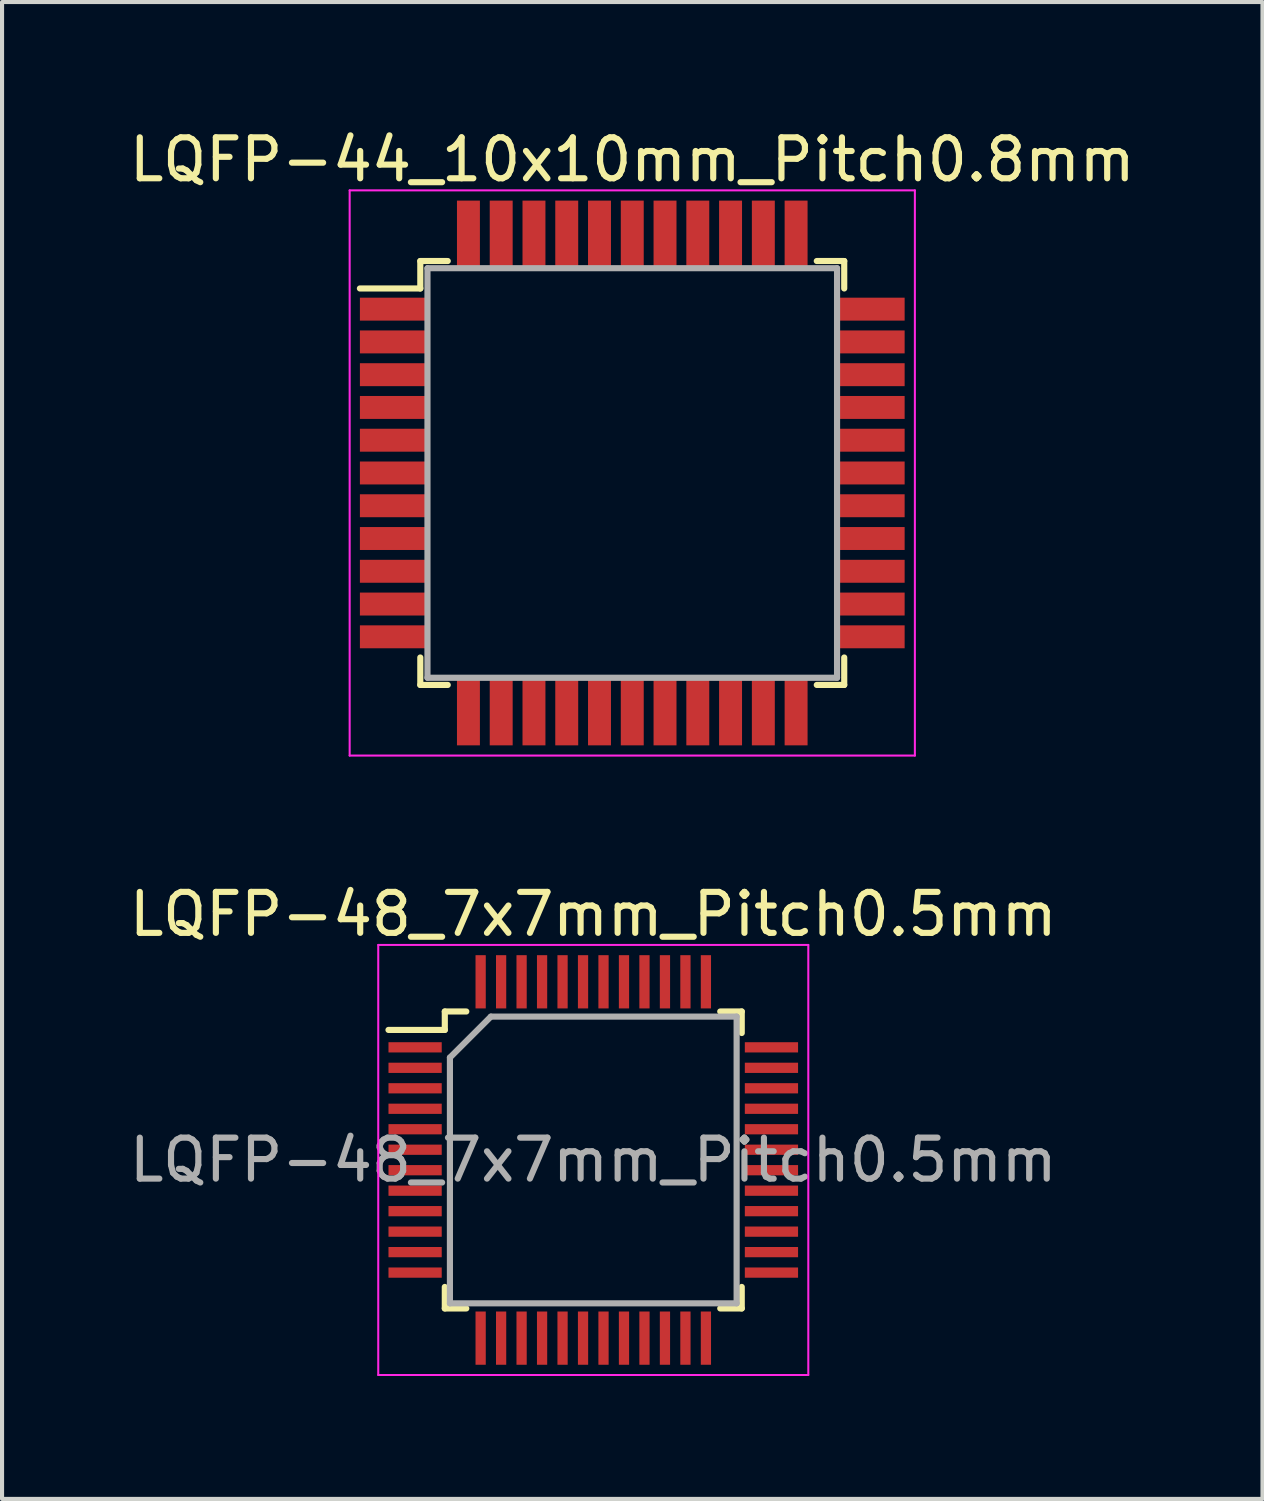
<source format=kicad_pcb>
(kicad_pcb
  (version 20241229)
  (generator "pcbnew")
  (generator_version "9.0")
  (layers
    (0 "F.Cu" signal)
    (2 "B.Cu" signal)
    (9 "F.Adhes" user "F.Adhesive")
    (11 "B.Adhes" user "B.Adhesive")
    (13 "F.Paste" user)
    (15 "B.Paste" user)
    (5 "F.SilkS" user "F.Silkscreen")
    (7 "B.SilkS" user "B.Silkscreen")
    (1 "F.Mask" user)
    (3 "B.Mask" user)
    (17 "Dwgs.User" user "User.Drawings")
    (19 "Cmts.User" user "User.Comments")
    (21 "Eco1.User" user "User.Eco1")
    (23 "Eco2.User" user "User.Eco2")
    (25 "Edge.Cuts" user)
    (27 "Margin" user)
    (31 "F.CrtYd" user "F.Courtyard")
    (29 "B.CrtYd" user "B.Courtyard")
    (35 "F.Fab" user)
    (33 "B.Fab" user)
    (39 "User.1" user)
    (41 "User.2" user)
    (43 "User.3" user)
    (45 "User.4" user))
  (footprint "LQFP-44_10x10mm_Pitch0.8mm"
    (layer "F.Cu")
    (at 12.387 8.498)
    (property "Reference" "LQFP-44_10x10mm_Pitch0.8mm" (at 0 -7.65 0) (layer "F.SilkS") (effects (font (size 1 1) (thickness 0.15))))
    (attr smd)
    (fp_line (start -5.175 -5.175) (end -5.175 -4.505) (stroke (width 0.15) (type solid)) (layer "F.SilkS"))
    (fp_line (start -5.175 -5.175) (end -4.505 -5.175) (stroke (width 0.15) (type solid)) (layer "F.SilkS"))
    (fp_line (start -5.175 -4.505) (end -6.65 -4.505) (stroke (width 0.15) (type solid)) (layer "F.SilkS"))
    (fp_line (start -5.175 5.175) (end -5.175 4.505) (stroke (width 0.15) (type solid)) (layer "F.SilkS"))
    (fp_line (start -5.175 5.175) (end -4.505 5.175) (stroke (width 0.15) (type solid)) (layer "F.SilkS"))
    (fp_line (start 5.175 -5.175) (end 4.505 -5.175) (stroke (width 0.15) (type solid)) (layer "F.SilkS"))
    (fp_line (start 5.175 -5.175) (end 5.175 -4.505) (stroke (width 0.15) (type solid)) (layer "F.SilkS"))
    (fp_line (start 5.175 5.175) (end 4.505 5.175) (stroke (width 0.15) (type solid)) (layer "F.SilkS"))
    (fp_line (start 5.175 5.175) (end 5.175 4.505) (stroke (width 0.15) (type solid)) (layer "F.SilkS"))
    (fp_line (start -6.9 -6.9) (end -6.9 6.9) (stroke (width 0.05) (type solid)) (layer "F.CrtYd"))
    (fp_line (start -6.9 -6.9) (end 6.9 -6.9) (stroke (width 0.05) (type solid)) (layer "F.CrtYd"))
    (fp_line (start -6.9 6.9) (end 6.9 6.9) (stroke (width 0.05) (type solid)) (layer "F.CrtYd"))
    (fp_line (start 6.9 -6.9) (end 6.9 6.9) (stroke (width 0.05) (type solid)) (layer "F.CrtYd"))
    (fp_line (start -5 -5) (end 5 -5) (stroke (width 0.15) (type solid)) (layer "F.Fab"))
    (fp_line (start -5 5) (end -5 -5) (stroke (width 0.15) (type solid)) (layer "F.Fab"))
    (fp_line (start 5 -5) (end 5 5) (stroke (width 0.15) (type solid)) (layer "F.Fab"))
    (fp_line (start 5 5) (end -5 5) (stroke (width 0.15) (type solid)) (layer "F.Fab"))
    (pad "1" smd rect (at -5.85 -4) (size 1.6 0.56) (layers "F.Cu" "F.Mask" "F.Paste"))
    (pad "2" smd rect (at -5.85 -3.2) (size 1.6 0.56) (layers "F.Cu" "F.Mask" "F.Paste"))
    (pad "3" smd rect (at -5.85 -2.4) (size 1.6 0.56) (layers "F.Cu" "F.Mask" "F.Paste"))
    (pad "4" smd rect (at -5.85 -1.6) (size 1.6 0.56) (layers "F.Cu" "F.Mask" "F.Paste"))
    (pad "5" smd rect (at -5.85 -0.8) (size 1.6 0.56) (layers "F.Cu" "F.Mask" "F.Paste"))
    (pad "6" smd rect (at -5.85 0) (size 1.6 0.56) (layers "F.Cu" "F.Mask" "F.Paste"))
    (pad "7" smd rect (at -5.85 0.8) (size 1.6 0.56) (layers "F.Cu" "F.Mask" "F.Paste"))
    (pad "8" smd rect (at -5.85 1.6) (size 1.6 0.56) (layers "F.Cu" "F.Mask" "F.Paste"))
    (pad "9" smd rect (at -5.85 2.4) (size 1.6 0.56) (layers "F.Cu" "F.Mask" "F.Paste"))
    (pad "10" smd rect (at -5.85 3.2) (size 1.6 0.56) (layers "F.Cu" "F.Mask" "F.Paste"))
    (pad "11" smd rect (at -5.85 4) (size 1.6 0.56) (layers "F.Cu" "F.Mask" "F.Paste"))
    (pad "12" smd rect (at -4 5.85 90) (size 1.6 0.56) (layers "F.Cu" "F.Mask" "F.Paste"))
    (pad "13" smd rect (at -3.2 5.85 90) (size 1.6 0.56) (layers "F.Cu" "F.Mask" "F.Paste"))
    (pad "14" smd rect (at -2.4 5.85 90) (size 1.6 0.56) (layers "F.Cu" "F.Mask" "F.Paste"))
    (pad "15" smd rect (at -1.6 5.85 90) (size 1.6 0.56) (layers "F.Cu" "F.Mask" "F.Paste"))
    (pad "16" smd rect (at -0.8 5.85 90) (size 1.6 0.56) (layers "F.Cu" "F.Mask" "F.Paste"))
    (pad "17" smd rect (at 0 5.85 90) (size 1.6 0.56) (layers "F.Cu" "F.Mask" "F.Paste"))
    (pad "18" smd rect (at 0.8 5.85 90) (size 1.6 0.56) (layers "F.Cu" "F.Mask" "F.Paste"))
    (pad "19" smd rect (at 1.6 5.85 90) (size 1.6 0.56) (layers "F.Cu" "F.Mask" "F.Paste"))
    (pad "20" smd rect (at 2.4 5.85 90) (size 1.6 0.56) (layers "F.Cu" "F.Mask" "F.Paste"))
    (pad "21" smd rect (at 3.2 5.85 90) (size 1.6 0.56) (layers "F.Cu" "F.Mask" "F.Paste"))
    (pad "22" smd rect (at 4 5.85 90) (size 1.6 0.56) (layers "F.Cu" "F.Mask" "F.Paste"))
    (pad "23" smd rect (at 5.85 4) (size 1.6 0.56) (layers "F.Cu" "F.Mask" "F.Paste"))
    (pad "24" smd rect (at 5.85 3.2) (size 1.6 0.56) (layers "F.Cu" "F.Mask" "F.Paste"))
    (pad "25" smd rect (at 5.85 2.4) (size 1.6 0.56) (layers "F.Cu" "F.Mask" "F.Paste"))
    (pad "26" smd rect (at 5.85 1.6) (size 1.6 0.56) (layers "F.Cu" "F.Mask" "F.Paste"))
    (pad "27" smd rect (at 5.85 0.8) (size 1.6 0.56) (layers "F.Cu" "F.Mask" "F.Paste"))
    (pad "28" smd rect (at 5.85 0) (size 1.6 0.56) (layers "F.Cu" "F.Mask" "F.Paste"))
    (pad "29" smd rect (at 5.85 -0.8) (size 1.6 0.56) (layers "F.Cu" "F.Mask" "F.Paste"))
    (pad "30" smd rect (at 5.85 -1.6) (size 1.6 0.56) (layers "F.Cu" "F.Mask" "F.Paste"))
    (pad "31" smd rect (at 5.85 -2.4) (size 1.6 0.56) (layers "F.Cu" "F.Mask" "F.Paste"))
    (pad "32" smd rect (at 5.85 -3.2) (size 1.6 0.56) (layers "F.Cu" "F.Mask" "F.Paste"))
    (pad "33" smd rect (at 5.85 -4) (size 1.6 0.56) (layers "F.Cu" "F.Mask" "F.Paste"))
    (pad "34" smd rect (at 4 -5.85 90) (size 1.6 0.56) (layers "F.Cu" "F.Mask" "F.Paste"))
    (pad "35" smd rect (at 3.2 -5.85 90) (size 1.6 0.56) (layers "F.Cu" "F.Mask" "F.Paste"))
    (pad "36" smd rect (at 2.4 -5.85 90) (size 1.6 0.56) (layers "F.Cu" "F.Mask" "F.Paste"))
    (pad "37" smd rect (at 1.6 -5.85 90) (size 1.6 0.56) (layers "F.Cu" "F.Mask" "F.Paste"))
    (pad "38" smd rect (at 0.8 -5.85 90) (size 1.6 0.56) (layers "F.Cu" "F.Mask" "F.Paste"))
    (pad "39" smd rect (at 0 -5.85 90) (size 1.6 0.56) (layers "F.Cu" "F.Mask" "F.Paste"))
    (pad "40" smd rect (at -0.8 -5.85 90) (size 1.6 0.56) (layers "F.Cu" "F.Mask" "F.Paste"))
    (pad "41" smd rect (at -1.6 -5.85 90) (size 1.6 0.56) (layers "F.Cu" "F.Mask" "F.Paste"))
    (pad "42" smd rect (at -2.4 -5.85 90) (size 1.6 0.56) (layers "F.Cu" "F.Mask" "F.Paste"))
    (pad "43" smd rect (at -3.2 -5.85 90) (size 1.6 0.56) (layers "F.Cu" "F.Mask" "F.Paste"))
    (pad "44" smd rect (at -4 -5.85 90) (size 1.6 0.56) (layers "F.Cu" "F.Mask" "F.Paste")))
  (footprint "LQFP-48_7x7mm_Pitch0.5mm"
    (layer "F.Cu")
    (at 11.435 25.271)
    (property "Reference" "LQFP-48_7x7mm_Pitch0.5mm" (at 0 -6 0) (layer "F.SilkS") (effects (font (size 1 1) (thickness 0.15))))
    (attr smd)
    (fp_line (start -3.625 -3.625) (end -3.625 -3.175) (stroke (width 0.15) (type solid)) (layer "F.SilkS"))
    (fp_line (start -3.625 -3.625) (end -3.1 -3.625) (stroke (width 0.15) (type solid)) (layer "F.SilkS"))
    (fp_line (start -3.625 -3.175) (end -5 -3.175) (stroke (width 0.15) (type solid)) (layer "F.SilkS"))
    (fp_line (start -3.625 3.625) (end -3.625 3.1) (stroke (width 0.15) (type solid)) (layer "F.SilkS"))
    (fp_line (start -3.625 3.625) (end -3.1 3.625) (stroke (width 0.15) (type solid)) (layer "F.SilkS"))
    (fp_line (start 3.625 -3.625) (end 3.1 -3.625) (stroke (width 0.15) (type solid)) (layer "F.SilkS"))
    (fp_line (start 3.625 -3.625) (end 3.625 -3.1) (stroke (width 0.15) (type solid)) (layer "F.SilkS"))
    (fp_line (start 3.625 3.625) (end 3.1 3.625) (stroke (width 0.15) (type solid)) (layer "F.SilkS"))
    (fp_line (start 3.625 3.625) (end 3.625 3.1) (stroke (width 0.15) (type solid)) (layer "F.SilkS"))
    (fp_line (start -5.25 -5.25) (end -5.25 5.25) (stroke (width 0.05) (type solid)) (layer "F.CrtYd"))
    (fp_line (start -5.25 -5.25) (end 5.25 -5.25) (stroke (width 0.05) (type solid)) (layer "F.CrtYd"))
    (fp_line (start -5.25 5.25) (end 5.25 5.25) (stroke (width 0.05) (type solid)) (layer "F.CrtYd"))
    (fp_line (start 5.25 -5.25) (end 5.25 5.25) (stroke (width 0.05) (type solid)) (layer "F.CrtYd"))
    (fp_line (start -3.5 -2.5) (end -2.5 -3.5) (stroke (width 0.15) (type solid)) (layer "F.Fab"))
    (fp_line (start -3.5 3.5) (end -3.5 -2.5) (stroke (width 0.15) (type solid)) (layer "F.Fab"))
    (fp_line (start -2.5 -3.5) (end 3.5 -3.5) (stroke (width 0.15) (type solid)) (layer "F.Fab"))
    (fp_line (start 3.5 -3.5) (end 3.5 3.5) (stroke (width 0.15) (type solid)) (layer "F.Fab"))
    (fp_line (start 3.5 3.5) (end -3.5 3.5) (stroke (width 0.15) (type solid)) (layer "F.Fab"))
    (fp_text user "${REFERENCE}" (at 0 0 0) (layer "F.Fab") (effects (font (size 1 1) (thickness 0.15))))
    (pad "1" smd rect (at -4.35 -2.75) (size 1.3 0.25) (layers "F.Cu" "F.Mask" "F.Paste"))
    (pad "2" smd rect (at -4.35 -2.25) (size 1.3 0.25) (layers "F.Cu" "F.Mask" "F.Paste"))
    (pad "3" smd rect (at -4.35 -1.75) (size 1.3 0.25) (layers "F.Cu" "F.Mask" "F.Paste"))
    (pad "4" smd rect (at -4.35 -1.25) (size 1.3 0.25) (layers "F.Cu" "F.Mask" "F.Paste"))
    (pad "5" smd rect (at -4.35 -0.75) (size 1.3 0.25) (layers "F.Cu" "F.Mask" "F.Paste"))
    (pad "6" smd rect (at -4.35 -0.25) (size 1.3 0.25) (layers "F.Cu" "F.Mask" "F.Paste"))
    (pad "7" smd rect (at -4.35 0.25) (size 1.3 0.25) (layers "F.Cu" "F.Mask" "F.Paste"))
    (pad "8" smd rect (at -4.35 0.75) (size 1.3 0.25) (layers "F.Cu" "F.Mask" "F.Paste"))
    (pad "9" smd rect (at -4.35 1.25) (size 1.3 0.25) (layers "F.Cu" "F.Mask" "F.Paste"))
    (pad "10" smd rect (at -4.35 1.75) (size 1.3 0.25) (layers "F.Cu" "F.Mask" "F.Paste"))
    (pad "11" smd rect (at -4.35 2.25) (size 1.3 0.25) (layers "F.Cu" "F.Mask" "F.Paste"))
    (pad "12" smd rect (at -4.35 2.75) (size 1.3 0.25) (layers "F.Cu" "F.Mask" "F.Paste"))
    (pad "13" smd rect (at -2.75 4.35 90) (size 1.3 0.25) (layers "F.Cu" "F.Mask" "F.Paste"))
    (pad "14" smd rect (at -2.25 4.35 90) (size 1.3 0.25) (layers "F.Cu" "F.Mask" "F.Paste"))
    (pad "15" smd rect (at -1.75 4.35 90) (size 1.3 0.25) (layers "F.Cu" "F.Mask" "F.Paste"))
    (pad "16" smd rect (at -1.25 4.35 90) (size 1.3 0.25) (layers "F.Cu" "F.Mask" "F.Paste"))
    (pad "17" smd rect (at -0.75 4.35 90) (size 1.3 0.25) (layers "F.Cu" "F.Mask" "F.Paste"))
    (pad "18" smd rect (at -0.25 4.35 90) (size 1.3 0.25) (layers "F.Cu" "F.Mask" "F.Paste"))
    (pad "19" smd rect (at 0.25 4.35 90) (size 1.3 0.25) (layers "F.Cu" "F.Mask" "F.Paste"))
    (pad "20" smd rect (at 0.75 4.35 90) (size 1.3 0.25) (layers "F.Cu" "F.Mask" "F.Paste"))
    (pad "21" smd rect (at 1.25 4.35 90) (size 1.3 0.25) (layers "F.Cu" "F.Mask" "F.Paste"))
    (pad "22" smd rect (at 1.75 4.35 90) (size 1.3 0.25) (layers "F.Cu" "F.Mask" "F.Paste"))
    (pad "23" smd rect (at 2.25 4.35 90) (size 1.3 0.25) (layers "F.Cu" "F.Mask" "F.Paste"))
    (pad "24" smd rect (at 2.75 4.35 90) (size 1.3 0.25) (layers "F.Cu" "F.Mask" "F.Paste"))
    (pad "25" smd rect (at 4.35 2.75) (size 1.3 0.25) (layers "F.Cu" "F.Mask" "F.Paste"))
    (pad "26" smd rect (at 4.35 2.25) (size 1.3 0.25) (layers "F.Cu" "F.Mask" "F.Paste"))
    (pad "27" smd rect (at 4.35 1.75) (size 1.3 0.25) (layers "F.Cu" "F.Mask" "F.Paste"))
    (pad "28" smd rect (at 4.35 1.25) (size 1.3 0.25) (layers "F.Cu" "F.Mask" "F.Paste"))
    (pad "29" smd rect (at 4.35 0.75) (size 1.3 0.25) (layers "F.Cu" "F.Mask" "F.Paste"))
    (pad "30" smd rect (at 4.35 0.25) (size 1.3 0.25) (layers "F.Cu" "F.Mask" "F.Paste"))
    (pad "31" smd rect (at 4.35 -0.25) (size 1.3 0.25) (layers "F.Cu" "F.Mask" "F.Paste"))
    (pad "32" smd rect (at 4.35 -0.75) (size 1.3 0.25) (layers "F.Cu" "F.Mask" "F.Paste"))
    (pad "33" smd rect (at 4.35 -1.25) (size 1.3 0.25) (layers "F.Cu" "F.Mask" "F.Paste"))
    (pad "34" smd rect (at 4.35 -1.75) (size 1.3 0.25) (layers "F.Cu" "F.Mask" "F.Paste"))
    (pad "35" smd rect (at 4.35 -2.25) (size 1.3 0.25) (layers "F.Cu" "F.Mask" "F.Paste"))
    (pad "36" smd rect (at 4.35 -2.75) (size 1.3 0.25) (layers "F.Cu" "F.Mask" "F.Paste"))
    (pad "37" smd rect (at 2.75 -4.35 90) (size 1.3 0.25) (layers "F.Cu" "F.Mask" "F.Paste"))
    (pad "38" smd rect (at 2.25 -4.35 90) (size 1.3 0.25) (layers "F.Cu" "F.Mask" "F.Paste"))
    (pad "39" smd rect (at 1.75 -4.35 90) (size 1.3 0.25) (layers "F.Cu" "F.Mask" "F.Paste"))
    (pad "40" smd rect (at 1.25 -4.35 90) (size 1.3 0.25) (layers "F.Cu" "F.Mask" "F.Paste"))
    (pad "41" smd rect (at 0.75 -4.35 90) (size 1.3 0.25) (layers "F.Cu" "F.Mask" "F.Paste"))
    (pad "42" smd rect (at 0.25 -4.35 90) (size 1.3 0.25) (layers "F.Cu" "F.Mask" "F.Paste"))
    (pad "43" smd rect (at -0.25 -4.35 90) (size 1.3 0.25) (layers "F.Cu" "F.Mask" "F.Paste"))
    (pad "44" smd rect (at -0.75 -4.35 90) (size 1.3 0.25) (layers "F.Cu" "F.Mask" "F.Paste"))
    (pad "45" smd rect (at -1.25 -4.35 90) (size 1.3 0.25) (layers "F.Cu" "F.Mask" "F.Paste"))
    (pad "46" smd rect (at -1.75 -4.35 90) (size 1.3 0.25) (layers "F.Cu" "F.Mask" "F.Paste"))
    (pad "47" smd rect (at -2.25 -4.35 90) (size 1.3 0.25) (layers "F.Cu" "F.Mask" "F.Paste"))
    (pad "48" smd rect (at -2.75 -4.35 90) (size 1.3 0.25) (layers "F.Cu" "F.Mask" "F.Paste")))
  (gr_rect
    (start -3 -3)
    (end 27.774 33.547)
    (stroke (width 0.1) (type default))
    (fill no)
    (layer "Edge.Cuts")))
</source>
